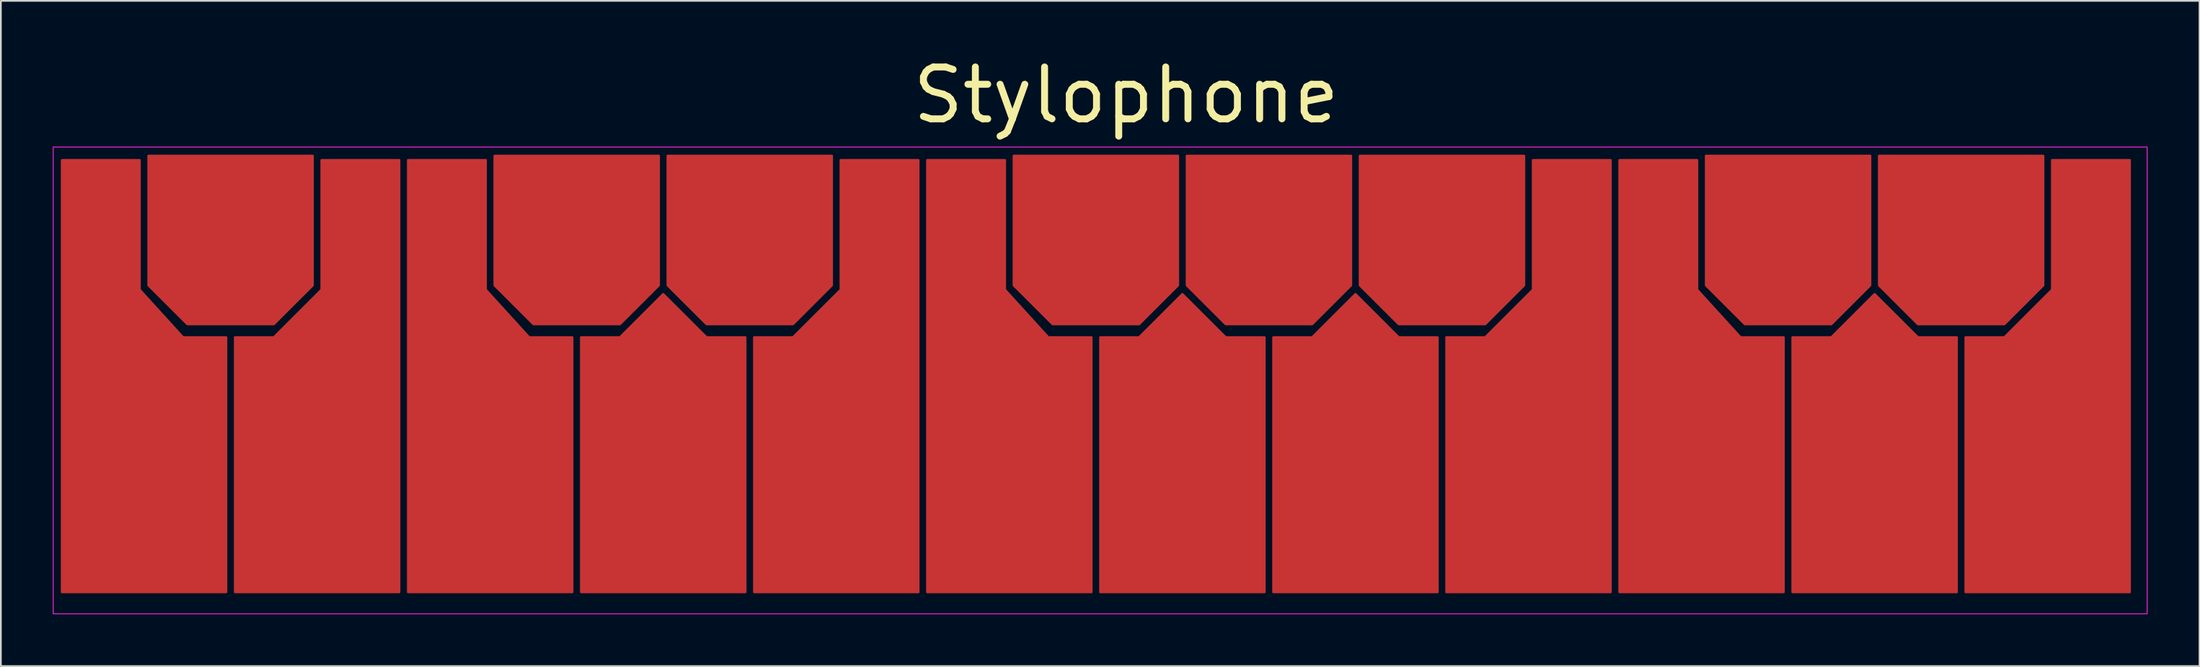
<source format=kicad_pcb>
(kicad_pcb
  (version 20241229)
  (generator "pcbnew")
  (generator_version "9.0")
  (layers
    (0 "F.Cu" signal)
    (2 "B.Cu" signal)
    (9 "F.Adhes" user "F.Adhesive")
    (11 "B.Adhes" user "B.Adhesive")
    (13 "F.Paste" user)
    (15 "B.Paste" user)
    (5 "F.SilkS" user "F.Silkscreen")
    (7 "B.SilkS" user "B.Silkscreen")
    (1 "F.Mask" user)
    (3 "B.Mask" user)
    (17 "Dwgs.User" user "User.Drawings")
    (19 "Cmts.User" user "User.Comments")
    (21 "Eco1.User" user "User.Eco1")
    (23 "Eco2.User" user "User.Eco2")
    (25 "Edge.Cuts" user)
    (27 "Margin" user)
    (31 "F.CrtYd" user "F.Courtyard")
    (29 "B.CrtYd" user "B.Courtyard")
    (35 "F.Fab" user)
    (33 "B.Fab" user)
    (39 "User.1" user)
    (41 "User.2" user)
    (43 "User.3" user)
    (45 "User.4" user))
  (footprint "Stylophone"
    (layer "F.Cu")
    (at 0.275 8.457)
    (property "Reference" "Stylophone" (at 61.75 -6 0) (unlocked yes) (layer "F.SilkS") (effects (font (size 3 3) (thickness 0.4))))
    (attr smd)
    (fp_rect (start -0.25 -3) (end 120.75 24) (stroke (width 0.05) (type solid)) (fill no) (layer "F.CrtYd"))
    (fp_line (start 0 -2.5) (end 0 22.5) (stroke (width 0.25) (type solid)) (layer "User.1"))
    (fp_line (start 0 -2.5) (end 120 -2.5) (stroke (width 0.25) (type solid)) (layer "User.1"))
    (fp_line (start 0 22.5) (end 10 22.5) (stroke (width 0.25) (type solid)) (layer "User.1"))
    (fp_line (start 0 22.5) (end 120 22.5) (stroke (width 0.25) (type solid)) (layer "User.1"))
    (fp_line (start 5 -2.5) (end 5 7.5) (stroke (width 0.25) (type solid)) (layer "User.1"))
    (fp_line (start 5 5) (end 7.5 7.5) (stroke (width 0.25) (type solid)) (layer "User.1"))
    (fp_line (start 5 7.5) (end 5 5) (stroke (width 0.25) (type solid)) (layer "User.1"))
    (fp_line (start 5 7.5) (end 15 7.5) (stroke (width 0.25) (type solid)) (layer "User.1"))
    (fp_line (start 10 -2.5) (end 5 -2.5) (stroke (width 0.25) (type solid)) (layer "User.1"))
    (fp_line (start 10 -2.5) (end 5 -2.5) (stroke (width 0.25) (type solid)) (layer "User.1"))
    (fp_line (start 10 -2.5) (end 20 -2.5) (stroke (width 0.25) (type solid)) (layer "User.1"))
    (fp_line (start 10 22.5) (end 10 -2.5) (stroke (width 0.25) (type solid)) (layer "User.1"))
    (fp_line (start 15 5) (end 12.5 7.5) (stroke (width 0.25) (type solid)) (layer "User.1"))
    (fp_line (start 15 7.5) (end 15 -2.5) (stroke (width 0.25) (type solid)) (layer "User.1"))
    (fp_line (start 20 -2.5) (end 20 22.5) (stroke (width 0.25) (type solid)) (layer "User.1"))
    (fp_line (start 20 22.5) (end 30 22.5) (stroke (width 0.25) (type solid)) (layer "User.1"))
    (fp_line (start 25 -2.5) (end 25 7.5) (stroke (width 0.25) (type solid)) (layer "User.1"))
    (fp_line (start 25 5) (end 27.5 7.5) (stroke (width 0.25) (type solid)) (layer "User.1"))
    (fp_line (start 25 7.5) (end 25 5) (stroke (width 0.25) (type solid)) (layer "User.1"))
    (fp_line (start 25 7.5) (end 35 7.5) (stroke (width 0.25) (type solid)) (layer "User.1"))
    (fp_line (start 30 -2.5) (end 40 -2.5) (stroke (width 0.25) (type solid)) (layer "User.1"))
    (fp_line (start 30 22.5) (end 30 -2.5) (stroke (width 0.25) (type solid)) (layer "User.1"))
    (fp_line (start 30 22.5) (end 30 -2.5) (stroke (width 0.25) (type solid)) (layer "User.1"))
    (fp_line (start 35 -2.5) (end 35 7.5) (stroke (width 0.25) (type solid)) (layer "User.1"))
    (fp_line (start 35 5) (end 32.5 7.5) (stroke (width 0.25) (type solid)) (layer "User.1"))
    (fp_line (start 35 5) (end 37.5 7.5) (stroke (width 0.25) (type solid)) (layer "User.1"))
    (fp_line (start 35 7.5) (end 35 -2.5) (stroke (width 0.25) (type solid)) (layer "User.1"))
    (fp_line (start 35 7.5) (end 35 5) (stroke (width 0.25) (type solid)) (layer "User.1"))
    (fp_line (start 35 7.5) (end 45 7.5) (stroke (width 0.25) (type solid)) (layer "User.1"))
    (fp_line (start 40 -2.5) (end 40 22.5) (stroke (width 0.25) (type solid)) (layer "User.1"))
    (fp_line (start 40 22.5) (end 40 -2.5) (stroke (width 0.25) (type solid)) (layer "User.1"))
    (fp_line (start 40 22.5) (end 50 22.5) (stroke (width 0.25) (type solid)) (layer "User.1"))
    (fp_line (start 45 5) (end 42.5 7.5) (stroke (width 0.25) (type solid)) (layer "User.1"))
    (fp_line (start 45 7.5) (end 45 -2.5) (stroke (width 0.25) (type solid)) (layer "User.1"))
    (fp_line (start 50 -2.5) (end 60 -2.5) (stroke (width 0.25) (type solid)) (layer "User.1"))
    (fp_line (start 50 22.5) (end 50 -2.5) (stroke (width 0.25) (type solid)) (layer "User.1"))
    (fp_line (start 55 -2.5) (end 55 7.5) (stroke (width 0.25) (type solid)) (layer "User.1"))
    (fp_line (start 55 5) (end 57.5 7.5) (stroke (width 0.25) (type solid)) (layer "User.1"))
    (fp_line (start 55 7.5) (end 55 5) (stroke (width 0.25) (type solid)) (layer "User.1"))
    (fp_line (start 55 7.5) (end 65 7.5) (stroke (width 0.25) (type solid)) (layer "User.1"))
    (fp_line (start 60 -2.5) (end 60 22.5) (stroke (width 0.25) (type solid)) (layer "User.1"))
    (fp_line (start 60 22.5) (end 60 -2.5) (stroke (width 0.25) (type solid)) (layer "User.1"))
    (fp_line (start 60 22.5) (end 70 22.5) (stroke (width 0.25) (type solid)) (layer "User.1"))
    (fp_line (start 65 -2) (end 65 8) (stroke (width 0.25) (type solid)) (layer "User.1"))
    (fp_line (start 65 5) (end 62.5 7.5) (stroke (width 0.25) (type solid)) (layer "User.1"))
    (fp_line (start 65 5.5) (end 67.5 8) (stroke (width 0.25) (type solid)) (layer "User.1"))
    (fp_line (start 65 7.5) (end 65 -2.5) (stroke (width 0.25) (type solid)) (layer "User.1"))
    (fp_line (start 65 8) (end 65 5.5) (stroke (width 0.25) (type solid)) (layer "User.1"))
    (fp_line (start 65 8) (end 75 8) (stroke (width 0.25) (type solid)) (layer "User.1"))
    (fp_line (start 70 -2.5) (end 80 -2.5) (stroke (width 0.25) (type solid)) (layer "User.1"))
    (fp_line (start 70 22.5) (end 70 -2.5) (stroke (width 0.25) (type solid)) (layer "User.1"))
    (fp_line (start 70 23) (end 70 -2) (stroke (width 0.25) (type solid)) (layer "User.1"))
    (fp_line (start 75 -2.5) (end 75 7.5) (stroke (width 0.25) (type solid)) (layer "User.1"))
    (fp_line (start 75 5) (end 77.5 7.5) (stroke (width 0.25) (type solid)) (layer "User.1"))
    (fp_line (start 75 5.5) (end 72.5 8) (stroke (width 0.25) (type solid)) (layer "User.1"))
    (fp_line (start 75 7.5) (end 75 5) (stroke (width 0.25) (type solid)) (layer "User.1"))
    (fp_line (start 75 7.5) (end 85 7.5) (stroke (width 0.25) (type solid)) (layer "User.1"))
    (fp_line (start 75 8) (end 75 -2) (stroke (width 0.25) (type solid)) (layer "User.1"))
    (fp_line (start 80 -2.5) (end 80 22.5) (stroke (width 0.25) (type solid)) (layer "User.1"))
    (fp_line (start 80 22.5) (end 80 -2.5) (stroke (width 0.25) (type solid)) (layer "User.1"))
    (fp_line (start 80 22.5) (end 90 22.5) (stroke (width 0.25) (type solid)) (layer "User.1"))
    (fp_line (start 85 5) (end 82.5 7.5) (stroke (width 0.25) (type solid)) (layer "User.1"))
    (fp_line (start 85 7.5) (end 85 -2.5) (stroke (width 0.25) (type solid)) (layer "User.1"))
    (fp_line (start 90 -2.5) (end 100 -2.5) (stroke (width 0.25) (type solid)) (layer "User.1"))
    (fp_line (start 90 22.5) (end 90 -2.5) (stroke (width 0.25) (type solid)) (layer "User.1"))
    (fp_line (start 95 -2.5) (end 95 7.5) (stroke (width 0.25) (type solid)) (layer "User.1"))
    (fp_line (start 95 5) (end 97.5 7.5) (stroke (width 0.25) (type solid)) (layer "User.1"))
    (fp_line (start 95 7.5) (end 95 5) (stroke (width 0.25) (type solid)) (layer "User.1"))
    (fp_line (start 95 7.5) (end 105 7.5) (stroke (width 0.25) (type solid)) (layer "User.1"))
    (fp_line (start 100 -2.5) (end 100 22.5) (stroke (width 0.25) (type solid)) (layer "User.1"))
    (fp_line (start 100 22.5) (end 100 -2.5) (stroke (width 0.25) (type solid)) (layer "User.1"))
    (fp_line (start 100 22.5) (end 110 22.5) (stroke (width 0.25) (type solid)) (layer "User.1"))
    (fp_line (start 105 -2.5) (end 105 7.5) (stroke (width 0.25) (type solid)) (layer "User.1"))
    (fp_line (start 105 5) (end 102.5 7.5) (stroke (width 0.25) (type solid)) (layer "User.1"))
    (fp_line (start 105 5) (end 107.5 7.5) (stroke (width 0.25) (type solid)) (layer "User.1"))
    (fp_line (start 105 7.5) (end 105 -2.5) (stroke (width 0.25) (type solid)) (layer "User.1"))
    (fp_line (start 105 7.5) (end 105 5) (stroke (width 0.25) (type solid)) (layer "User.1"))
    (fp_line (start 105 7.5) (end 115 7.5) (stroke (width 0.25) (type solid)) (layer "User.1"))
    (fp_line (start 110 22.5) (end 110 -2.5) (stroke (width 0.25) (type solid)) (layer "User.1"))
    (fp_line (start 110 22.5) (end 110 -2.5) (stroke (width 0.25) (type solid)) (layer "User.1"))
    (fp_line (start 115 5) (end 112.5 7.5) (stroke (width 0.25) (type solid)) (layer "User.1"))
    (fp_line (start 115 7.5) (end 115 -2.5) (stroke (width 0.25) (type solid)) (layer "User.1"))
    (fp_line (start 120 22.5) (end 120 -2.5) (stroke (width 0.25) (type solid)) (layer "User.1"))
    (pad "1" smd custom (at 2.5 -0.75) (size 1.524 1.524) (layers "F.Cu" "F.Mask" "F.Paste") (options (anchor circle)) (primitives (gr_poly (pts (xy 2.25 6.25) (xy 0.5 6.5) (xy 0.25 0.5) (xy 2.25 0.25)) (width 0.12) (fill yes)) (gr_poly (pts (xy -1.143 -0.381) (xy -1.127 -0.49) (xy -1.072 -0.602) (xy -0.984 -0.691) (xy -0.871 -0.746) (xy -0.762 -0.762) (xy 0.762 -0.762) (xy 0.871 -0.746) (xy 0.983 -0.691) (xy 1.072 -0.603) (xy 1.127 -0.49) (xy 1.143 -0.381) (xy 1.143 0.381) (xy 1.127 0.49) (xy 1.072 0.602) (xy 0.984 0.691) (xy 0.871 0.746) (xy 0.762 0.762) (xy -0.762 0.762) (xy -0.871 0.746) (xy -0.983 0.691) (xy -1.072 0.603) (xy -1.127 0.49) (xy -1.143 0.381)) (width 0) (fill yes)) (gr_poly (pts (xy 2.25 0.5) (xy -2.25 0.5) (xy -2.25 -1.5) (xy 2.25 -1.5)) (width 0.12) (fill yes)) (gr_poly (pts (xy 0.5 6) (xy 2.25 6) (xy 4.75 8.75) (xy 7.25 8.75) (xy 7.25 23.5) (xy -2.25 23.5) (xy -2.25 0.25) (xy 0.5 0.25)) (width 0.12) (fill yes))))
    (pad "2" smd custom (at 10 -1) (size 1.524 1.524) (layers "F.Cu" "F.Mask" "F.Paste") (options (anchor circle)) (primitives (gr_poly (pts (xy 4.75 0.5) (xy 4.75 6) (xy 2.5 8.25) (xy 0 8.25) (xy 0 0)) (width 0.12) (fill yes)) (gr_poly (pts (xy -1.143 -0.381) (xy -1.127 -0.49) (xy -1.072 -0.602) (xy -0.984 -0.691) (xy -0.871 -0.746) (xy -0.762 -0.762) (xy 0.762 -0.762) (xy 0.871 -0.746) (xy 0.983 -0.691) (xy 1.072 -0.603) (xy 1.127 -0.49) (xy 1.143 -0.381) (xy 1.143 0.381) (xy 1.127 0.49) (xy 1.072 0.602) (xy 0.984 0.691) (xy 0.871 0.746) (xy 0.762 0.762) (xy -0.762 0.762) (xy -0.871 0.746) (xy -0.983 0.691) (xy -1.072 0.603) (xy -1.127 0.49) (xy -1.143 0.381)) (width 0) (fill yes)) (gr_poly (pts (xy 4.75 0.5) (xy -4.75 0.5) (xy -4.75 -1.5) (xy 4.75 -1.5)) (width 0.12) (fill yes)) (gr_poly (pts (xy 0.25 8.25) (xy -2.5 8.25) (xy -4.75 6) (xy -4.75 0) (xy 0 0)) (width 0.12) (fill yes))))
    (pad "3" smd custom (at 17.5 -0.75) (size 1.524 1.524) (layers "F.Cu" "F.Mask" "F.Paste") (options (anchor circle)) (primitives (gr_poly (pts (xy 2.25 4.5) (xy 0 4.5) (xy 0.5 1) (xy 0.762 0) (xy 2.25 0)) (width 0.12) (fill yes)) (gr_poly (pts (xy -1.143 -0.381) (xy -1.127 -0.49) (xy -1.072 -0.602) (xy -0.984 -0.691) (xy -0.871 -0.746) (xy -0.762 -0.762) (xy 0.762 -0.762) (xy 0.871 -0.746) (xy 0.983 -0.691) (xy 1.072 -0.603) (xy 1.127 -0.49) (xy 1.143 -0.381) (xy 1.143 0.381) (xy 1.127 0.49) (xy 1.072 0.602) (xy 0.984 0.691) (xy 0.871 0.746) (xy 0.762 0.762) (xy -0.762 0.762) (xy -0.871 0.746) (xy -0.983 0.691) (xy -1.072 0.603) (xy -1.127 0.49) (xy -1.143 0.381)) (width 0) (fill yes)) (gr_poly (pts (xy 2.25 0.5) (xy -2.25 0.5) (xy -2.25 -1.5) (xy 2.25 -1.5)) (width 0.12) (fill yes)) (gr_poly (pts (xy 0.75 4) (xy 2.25 4) (xy 2.25 23.5) (xy -7.25 23.5) (xy -7.25 8.75) (xy -5 8.75) (xy -2.25 6) (xy -2.25 0) (xy 0.762 0)) (width 0.12) (fill yes))))
    (pad "4" smd custom (at 22.5 -0.75) (size 1.524 1.524) (layers "F.Cu" "F.Mask" "F.Paste") (options (anchor circle)) (primitives (gr_poly (pts (xy 2.25 6.25) (xy 0.5 6.5) (xy 0.25 0.5) (xy 2.25 0.25)) (width 0.12) (fill yes)) (gr_poly (pts (xy -1.143 -0.381) (xy -1.127 -0.49) (xy -1.072 -0.602) (xy -0.984 -0.691) (xy -0.871 -0.746) (xy -0.762 -0.762) (xy 0.762 -0.762) (xy 0.871 -0.746) (xy 0.983 -0.691) (xy 1.072 -0.603) (xy 1.127 -0.49) (xy 1.143 -0.381) (xy 1.143 0.381) (xy 1.127 0.49) (xy 1.072 0.602) (xy 0.984 0.691) (xy 0.871 0.746) (xy 0.762 0.762) (xy -0.762 0.762) (xy -0.871 0.746) (xy -0.983 0.691) (xy -1.072 0.603) (xy -1.127 0.49) (xy -1.143 0.381)) (width 0) (fill yes)) (gr_poly (pts (xy 2.25 0.5) (xy -2.25 0.5) (xy -2.25 -1.5) (xy 2.25 -1.5)) (width 0.12) (fill yes)) (gr_poly (pts (xy 0.5 6) (xy 2.25 6) (xy 4.75 8.75) (xy 7.25 8.75) (xy 7.25 23.5) (xy -2.25 23.5) (xy -2.25 0.25) (xy 0.5 0.25)) (width 0.12) (fill yes))))
    (pad "5" smd custom (at 30 -1) (size 1.524 1.524) (layers "F.Cu" "F.Mask" "F.Paste") (options (anchor circle)) (primitives (gr_poly (pts (xy 4.75 0.5) (xy 4.75 6) (xy 2.5 8.25) (xy 0 8.25) (xy 0 0)) (width 0.12) (fill yes)) (gr_poly (pts (xy -1.143 -0.381) (xy -1.127 -0.49) (xy -1.072 -0.602) (xy -0.984 -0.691) (xy -0.871 -0.746) (xy -0.762 -0.762) (xy 0.762 -0.762) (xy 0.871 -0.746) (xy 0.983 -0.691) (xy 1.072 -0.603) (xy 1.127 -0.49) (xy 1.143 -0.381) (xy 1.143 0.381) (xy 1.127 0.49) (xy 1.072 0.602) (xy 0.984 0.691) (xy 0.871 0.746) (xy 0.762 0.762) (xy -0.762 0.762) (xy -0.871 0.746) (xy -0.983 0.691) (xy -1.072 0.603) (xy -1.127 0.49) (xy -1.143 0.381)) (width 0) (fill yes)) (gr_poly (pts (xy 4.75 0.5) (xy -4.75 0.5) (xy -4.75 -1.5) (xy 4.75 -1.5)) (width 0.12) (fill yes)) (gr_poly (pts (xy 0.25 8.25) (xy -2.5 8.25) (xy -4.75 6) (xy -4.75 0) (xy 0 0)) (width 0.12) (fill yes))))
    (pad "6" smd custom (at 35 20.25) (size 1.524 1.524) (layers "F.Cu" "F.Mask" "F.Paste") (options (anchor circle)) (primitives (gr_poly (pts (xy 4.75 0.25) (xy 0.75 0.5) (xy 0.25 -2.5) (xy 4.75 -2.5)) (width 0.12) (fill yes)) (gr_poly (pts (xy -1.143 -0.381) (xy -1.127 -0.49) (xy -1.072 -0.602) (xy -0.984 -0.691) (xy -0.871 -0.746) (xy -0.762 -0.762) (xy 0.762 -0.762) (xy 0.871 -0.746) (xy 0.983 -0.691) (xy 1.072 -0.603) (xy 1.127 -0.49) (xy 1.143 -0.381) (xy 1.143 0.381) (xy 1.127 0.49) (xy 1.072 0.602) (xy 0.984 0.691) (xy 0.871 0.746) (xy 0.762 0.762) (xy -0.762 0.762) (xy -0.871 0.746) (xy -0.983 0.691) (xy -1.072 0.603) (xy -1.127 0.49) (xy -1.143 0.381)) (width 0) (fill yes)) (gr_poly (pts (xy 4.75 2.5) (xy -4.75 2.5) (xy -4.75 -0.25) (xy 4.75 -0.25)) (width 0.12) (fill yes)) (gr_poly (pts (xy 2.5 -12.25) (xy 4.75 -12.25) (xy 4.75 -2) (xy 0.75 -1.75) (xy 0.762 0) (xy -4.75 0) (xy -4.75 -12.25) (xy -2.5 -12.25) (xy 0 -14.75)) (width 0.12) (fill yes))))
    (pad "7" smd custom (at 40 -1) (size 1.524 1.524) (layers "F.Cu" "F.Mask" "F.Paste") (options (anchor circle)) (primitives (gr_poly (pts (xy 4.75 0.5) (xy 4.75 6) (xy 2.5 8.25) (xy 0 8.25) (xy 0 0)) (width 0.12) (fill yes)) (gr_poly (pts (xy -1.143 -0.381) (xy -1.127 -0.49) (xy -1.072 -0.602) (xy -0.984 -0.691) (xy -0.871 -0.746) (xy -0.762 -0.762) (xy 0.762 -0.762) (xy 0.871 -0.746) (xy 0.983 -0.691) (xy 1.072 -0.603) (xy 1.127 -0.49) (xy 1.143 -0.381) (xy 1.143 0.381) (xy 1.127 0.49) (xy 1.072 0.602) (xy 0.984 0.691) (xy 0.871 0.746) (xy 0.762 0.762) (xy -0.762 0.762) (xy -0.871 0.746) (xy -0.983 0.691) (xy -1.072 0.603) (xy -1.127 0.49) (xy -1.143 0.381)) (width 0) (fill yes)) (gr_poly (pts (xy 4.75 0.5) (xy -4.75 0.5) (xy -4.75 -1.5) (xy 4.75 -1.5)) (width 0.12) (fill yes)) (gr_poly (pts (xy 0.25 8.25) (xy -2.5 8.25) (xy -4.75 6) (xy -4.75 0) (xy 0 0)) (width 0.12) (fill yes))))
    (pad "8" smd custom (at 47.5 -0.75) (size 1.524 1.524) (layers "F.Cu" "F.Mask" "F.Paste") (options (anchor circle)) (primitives (gr_poly (pts (xy 2.25 4.5) (xy 0 4.5) (xy 0.5 1) (xy 0.762 0) (xy 2.25 0)) (width 0.12) (fill yes)) (gr_poly (pts (xy -1.143 -0.381) (xy -1.127 -0.49) (xy -1.072 -0.602) (xy -0.984 -0.691) (xy -0.871 -0.746) (xy -0.762 -0.762) (xy 0.762 -0.762) (xy 0.871 -0.746) (xy 0.983 -0.691) (xy 1.072 -0.603) (xy 1.127 -0.49) (xy 1.143 -0.381) (xy 1.143 0.381) (xy 1.127 0.49) (xy 1.072 0.602) (xy 0.984 0.691) (xy 0.871 0.746) (xy 0.762 0.762) (xy -0.762 0.762) (xy -0.871 0.746) (xy -0.983 0.691) (xy -1.072 0.603) (xy -1.127 0.49) (xy -1.143 0.381)) (width 0) (fill yes)) (gr_poly (pts (xy 2.25 0.5) (xy -2.25 0.5) (xy -2.25 -1.5) (xy 2.25 -1.5)) (width 0.12) (fill yes)) (gr_poly (pts (xy 0.75 4) (xy 2.25 4) (xy 2.25 23.5) (xy -7.25 23.5) (xy -7.25 8.75) (xy -5 8.75) (xy -2.25 6) (xy -2.25 0) (xy 0.762 0)) (width 0.12) (fill yes))))
    (pad "9" smd custom (at 52.5 -0.75) (size 1.524 1.524) (layers "F.Cu" "F.Mask" "F.Paste") (options (anchor circle)) (primitives (gr_poly (pts (xy 2.25 6.25) (xy 0.5 6.5) (xy 0.25 0.5) (xy 2.25 0.25)) (width 0.12) (fill yes)) (gr_poly (pts (xy -1.143 -0.381) (xy -1.127 -0.49) (xy -1.072 -0.602) (xy -0.984 -0.691) (xy -0.871 -0.746) (xy -0.762 -0.762) (xy 0.762 -0.762) (xy 0.871 -0.746) (xy 0.983 -0.691) (xy 1.072 -0.603) (xy 1.127 -0.49) (xy 1.143 -0.381) (xy 1.143 0.381) (xy 1.127 0.49) (xy 1.072 0.602) (xy 0.984 0.691) (xy 0.871 0.746) (xy 0.762 0.762) (xy -0.762 0.762) (xy -0.871 0.746) (xy -0.983 0.691) (xy -1.072 0.603) (xy -1.127 0.49) (xy -1.143 0.381)) (width 0) (fill yes)) (gr_poly (pts (xy 2.25 0.5) (xy -2.25 0.5) (xy -2.25 -1.5) (xy 2.25 -1.5)) (width 0.12) (fill yes)) (gr_poly (pts (xy 0.5 6) (xy 2.25 6) (xy 4.75 8.75) (xy 7.25 8.75) (xy 7.25 23.5) (xy -2.25 23.5) (xy -2.25 0.25) (xy 0.5 0.25)) (width 0.12) (fill yes))))
    (pad "10" smd custom (at 60 -1) (size 1.524 1.524) (layers "F.Cu" "F.Mask" "F.Paste") (options (anchor circle)) (primitives (gr_poly (pts (xy 4.75 0.5) (xy 4.75 6) (xy 2.5 8.25) (xy 0 8.25) (xy 0 0)) (width 0.12) (fill yes)) (gr_poly (pts (xy -1.143 -0.381) (xy -1.127 -0.49) (xy -1.072 -0.602) (xy -0.984 -0.691) (xy -0.871 -0.746) (xy -0.762 -0.762) (xy 0.762 -0.762) (xy 0.871 -0.746) (xy 0.983 -0.691) (xy 1.072 -0.603) (xy 1.127 -0.49) (xy 1.143 -0.381) (xy 1.143 0.381) (xy 1.127 0.49) (xy 1.072 0.602) (xy 0.984 0.691) (xy 0.871 0.746) (xy 0.762 0.762) (xy -0.762 0.762) (xy -0.871 0.746) (xy -0.983 0.691) (xy -1.072 0.603) (xy -1.127 0.49) (xy -1.143 0.381)) (width 0) (fill yes)) (gr_poly (pts (xy 4.75 0.5) (xy -4.75 0.5) (xy -4.75 -1.5) (xy 4.75 -1.5)) (width 0.12) (fill yes)) (gr_poly (pts (xy 0.25 8.25) (xy -2.5 8.25) (xy -4.75 6) (xy -4.75 0) (xy 0 0)) (width 0.12) (fill yes))))
    (pad "11" smd custom (at 65 20.25) (size 1.524 1.524) (layers "F.Cu" "F.Mask" "F.Paste") (options (anchor circle)) (primitives (gr_poly (pts (xy 4.75 0.25) (xy 0.75 0.5) (xy 0.25 -2.5) (xy 4.75 -2.5)) (width 0.12) (fill yes)) (gr_poly (pts (xy -1.143 -0.381) (xy -1.127 -0.49) (xy -1.072 -0.602) (xy -0.984 -0.691) (xy -0.871 -0.746) (xy -0.762 -0.762) (xy 0.762 -0.762) (xy 0.871 -0.746) (xy 0.983 -0.691) (xy 1.072 -0.603) (xy 1.127 -0.49) (xy 1.143 -0.381) (xy 1.143 0.381) (xy 1.127 0.49) (xy 1.072 0.602) (xy 0.984 0.691) (xy 0.871 0.746) (xy 0.762 0.762) (xy -0.762 0.762) (xy -0.871 0.746) (xy -0.983 0.691) (xy -1.072 0.603) (xy -1.127 0.49) (xy -1.143 0.381)) (width 0) (fill yes)) (gr_poly (pts (xy 4.75 2.5) (xy -4.75 2.5) (xy -4.75 -0.25) (xy 4.75 -0.25)) (width 0.12) (fill yes)) (gr_poly (pts (xy 2.5 -12.25) (xy 4.75 -12.25) (xy 4.75 -2) (xy 0.75 -1.75) (xy 0.762 0) (xy -4.75 0) (xy -4.75 -12.25) (xy -2.5 -12.25) (xy 0 -14.75)) (width 0.12) (fill yes))))
    (pad "12" smd custom (at 70 -1) (size 1.524 1.524) (layers "F.Cu" "F.Mask" "F.Paste") (options (anchor circle)) (primitives (gr_poly (pts (xy 4.75 0.5) (xy 4.75 6) (xy 2.5 8.25) (xy 0 8.25) (xy 0 0)) (width 0.12) (fill yes)) (gr_poly (pts (xy -1.143 -0.381) (xy -1.127 -0.49) (xy -1.072 -0.602) (xy -0.984 -0.691) (xy -0.871 -0.746) (xy -0.762 -0.762) (xy 0.762 -0.762) (xy 0.871 -0.746) (xy 0.983 -0.691) (xy 1.072 -0.603) (xy 1.127 -0.49) (xy 1.143 -0.381) (xy 1.143 0.381) (xy 1.127 0.49) (xy 1.072 0.602) (xy 0.984 0.691) (xy 0.871 0.746) (xy 0.762 0.762) (xy -0.762 0.762) (xy -0.871 0.746) (xy -0.983 0.691) (xy -1.072 0.603) (xy -1.127 0.49) (xy -1.143 0.381)) (width 0) (fill yes)) (gr_poly (pts (xy 4.75 0.5) (xy -4.75 0.5) (xy -4.75 -1.5) (xy 4.75 -1.5)) (width 0.12) (fill yes)) (gr_poly (pts (xy 0.25 8.25) (xy -2.5 8.25) (xy -4.75 6) (xy -4.75 0) (xy 0 0)) (width 0.12) (fill yes))))
    (pad "13" smd custom (at 75 20.25) (size 1.524 1.524) (layers "F.Cu" "F.Mask" "F.Paste") (options (anchor circle)) (primitives (gr_poly (pts (xy 4.75 0.25) (xy 0.75 0.5) (xy 0.25 -2.5) (xy 4.75 -2.5)) (width 0.12) (fill yes)) (gr_poly (pts (xy -1.143 -0.381) (xy -1.127 -0.49) (xy -1.072 -0.602) (xy -0.984 -0.691) (xy -0.871 -0.746) (xy -0.762 -0.762) (xy 0.762 -0.762) (xy 0.871 -0.746) (xy 0.983 -0.691) (xy 1.072 -0.603) (xy 1.127 -0.49) (xy 1.143 -0.381) (xy 1.143 0.381) (xy 1.127 0.49) (xy 1.072 0.602) (xy 0.984 0.691) (xy 0.871 0.746) (xy 0.762 0.762) (xy -0.762 0.762) (xy -0.871 0.746) (xy -0.983 0.691) (xy -1.072 0.603) (xy -1.127 0.49) (xy -1.143 0.381)) (width 0) (fill yes)) (gr_poly (pts (xy 4.75 2.5) (xy -4.75 2.5) (xy -4.75 -0.25) (xy 4.75 -0.25)) (width 0.12) (fill yes)) (gr_poly (pts (xy 2.5 -12.25) (xy 4.75 -12.25) (xy 4.75 -2) (xy 0.75 -1.75) (xy 0.762 0) (xy -4.75 0) (xy -4.75 -12.25) (xy -2.5 -12.25) (xy 0 -14.75)) (width 0.12) (fill yes))))
    (pad "14" smd custom (at 80 -1) (size 1.524 1.524) (layers "F.Cu" "F.Mask" "F.Paste") (options (anchor circle)) (primitives (gr_poly (pts (xy 4.75 0.5) (xy 4.75 6) (xy 2.5 8.25) (xy 0 8.25) (xy 0 0)) (width 0.12) (fill yes)) (gr_poly (pts (xy -1.143 -0.381) (xy -1.127 -0.49) (xy -1.072 -0.602) (xy -0.984 -0.691) (xy -0.871 -0.746) (xy -0.762 -0.762) (xy 0.762 -0.762) (xy 0.871 -0.746) (xy 0.983 -0.691) (xy 1.072 -0.603) (xy 1.127 -0.49) (xy 1.143 -0.381) (xy 1.143 0.381) (xy 1.127 0.49) (xy 1.072 0.602) (xy 0.984 0.691) (xy 0.871 0.746) (xy 0.762 0.762) (xy -0.762 0.762) (xy -0.871 0.746) (xy -0.983 0.691) (xy -1.072 0.603) (xy -1.127 0.49) (xy -1.143 0.381)) (width 0) (fill yes)) (gr_poly (pts (xy 4.75 0.5) (xy -4.75 0.5) (xy -4.75 -1.5) (xy 4.75 -1.5)) (width 0.12) (fill yes)) (gr_poly (pts (xy 0.25 8.25) (xy -2.5 8.25) (xy -4.75 6) (xy -4.75 0) (xy 0 0)) (width 0.12) (fill yes))))
    (pad "15" smd custom (at 87.5 -0.75) (size 1.524 1.524) (layers "F.Cu" "F.Mask" "F.Paste") (options (anchor circle)) (primitives (gr_poly (pts (xy 2.25 4.5) (xy 0 4.5) (xy 0.5 1) (xy 0.762 0) (xy 2.25 0)) (width 0.12) (fill yes)) (gr_poly (pts (xy -1.143 -0.381) (xy -1.127 -0.49) (xy -1.072 -0.602) (xy -0.984 -0.691) (xy -0.871 -0.746) (xy -0.762 -0.762) (xy 0.762 -0.762) (xy 0.871 -0.746) (xy 0.983 -0.691) (xy 1.072 -0.603) (xy 1.127 -0.49) (xy 1.143 -0.381) (xy 1.143 0.381) (xy 1.127 0.49) (xy 1.072 0.602) (xy 0.984 0.691) (xy 0.871 0.746) (xy 0.762 0.762) (xy -0.762 0.762) (xy -0.871 0.746) (xy -0.983 0.691) (xy -1.072 0.603) (xy -1.127 0.49) (xy -1.143 0.381)) (width 0) (fill yes)) (gr_poly (pts (xy 2.25 0.5) (xy -2.25 0.5) (xy -2.25 -1.5) (xy 2.25 -1.5)) (width 0.12) (fill yes)) (gr_poly (pts (xy 0.75 4) (xy 2.25 4) (xy 2.25 23.5) (xy -7.25 23.5) (xy -7.25 8.75) (xy -5 8.75) (xy -2.25 6) (xy -2.25 0) (xy 0.762 0)) (width 0.12) (fill yes))))
    (pad "16" smd custom (at 92.5 -0.75) (size 1.524 1.524) (layers "F.Cu" "F.Mask" "F.Paste") (options (anchor circle)) (primitives (gr_poly (pts (xy 2.25 6.25) (xy 0.5 6.5) (xy 0.25 0.5) (xy 2.25 0.25)) (width 0.12) (fill yes)) (gr_poly (pts (xy -1.143 -0.381) (xy -1.127 -0.49) (xy -1.072 -0.602) (xy -0.984 -0.691) (xy -0.871 -0.746) (xy -0.762 -0.762) (xy 0.762 -0.762) (xy 0.871 -0.746) (xy 0.983 -0.691) (xy 1.072 -0.603) (xy 1.127 -0.49) (xy 1.143 -0.381) (xy 1.143 0.381) (xy 1.127 0.49) (xy 1.072 0.602) (xy 0.984 0.691) (xy 0.871 0.746) (xy 0.762 0.762) (xy -0.762 0.762) (xy -0.871 0.746) (xy -0.983 0.691) (xy -1.072 0.603) (xy -1.127 0.49) (xy -1.143 0.381)) (width 0) (fill yes)) (gr_poly (pts (xy 2.25 0.5) (xy -2.25 0.5) (xy -2.25 -1.5) (xy 2.25 -1.5)) (width 0.12) (fill yes)) (gr_poly (pts (xy 0.5 6) (xy 2.25 6) (xy 4.75 8.75) (xy 7.25 8.75) (xy 7.25 23.5) (xy -2.25 23.5) (xy -2.25 0.25) (xy 0.5 0.25)) (width 0.12) (fill yes))))
    (pad "17" smd custom (at 100 -1) (size 1.524 1.524) (layers "F.Cu" "F.Mask" "F.Paste") (options (anchor circle)) (primitives (gr_poly (pts (xy 4.75 0.5) (xy 4.75 6) (xy 2.5 8.25) (xy 0 8.25) (xy 0 0)) (width 0.12) (fill yes)) (gr_poly (pts (xy -1.143 -0.381) (xy -1.127 -0.49) (xy -1.072 -0.602) (xy -0.984 -0.691) (xy -0.871 -0.746) (xy -0.762 -0.762) (xy 0.762 -0.762) (xy 0.871 -0.746) (xy 0.983 -0.691) (xy 1.072 -0.603) (xy 1.127 -0.49) (xy 1.143 -0.381) (xy 1.143 0.381) (xy 1.127 0.49) (xy 1.072 0.602) (xy 0.984 0.691) (xy 0.871 0.746) (xy 0.762 0.762) (xy -0.762 0.762) (xy -0.871 0.746) (xy -0.983 0.691) (xy -1.072 0.603) (xy -1.127 0.49) (xy -1.143 0.381)) (width 0) (fill yes)) (gr_poly (pts (xy 4.75 0.5) (xy -4.75 0.5) (xy -4.75 -1.5) (xy 4.75 -1.5)) (width 0.12) (fill yes)) (gr_poly (pts (xy 0.25 8.25) (xy -2.5 8.25) (xy -4.75 6) (xy -4.75 0) (xy 0 0)) (width 0.12) (fill yes))))
    (pad "18" smd custom (at 105 20.25) (size 1.524 1.524) (layers "F.Cu" "F.Mask" "F.Paste") (options (anchor circle)) (primitives (gr_poly (pts (xy 4.75 0.25) (xy 0.75 0.5) (xy 0.25 -2.5) (xy 4.75 -2.5)) (width 0.12) (fill yes)) (gr_poly (pts (xy -1.143 -0.381) (xy -1.127 -0.49) (xy -1.072 -0.602) (xy -0.984 -0.691) (xy -0.871 -0.746) (xy -0.762 -0.762) (xy 0.762 -0.762) (xy 0.871 -0.746) (xy 0.983 -0.691) (xy 1.072 -0.603) (xy 1.127 -0.49) (xy 1.143 -0.381) (xy 1.143 0.381) (xy 1.127 0.49) (xy 1.072 0.602) (xy 0.984 0.691) (xy 0.871 0.746) (xy 0.762 0.762) (xy -0.762 0.762) (xy -0.871 0.746) (xy -0.983 0.691) (xy -1.072 0.603) (xy -1.127 0.49) (xy -1.143 0.381)) (width 0) (fill yes)) (gr_poly (pts (xy 4.75 2.5) (xy -4.75 2.5) (xy -4.75 -0.25) (xy 4.75 -0.25)) (width 0.12) (fill yes)) (gr_poly (pts (xy 2.5 -12.25) (xy 4.75 -12.25) (xy 4.75 -2) (xy 0.75 -1.75) (xy 0.762 0) (xy -4.75 0) (xy -4.75 -12.25) (xy -2.5 -12.25) (xy 0 -14.75)) (width 0.12) (fill yes))))
    (pad "19" smd custom (at 110 -1) (size 1.524 1.524) (layers "F.Cu" "F.Mask" "F.Paste") (options (anchor circle)) (primitives (gr_poly (pts (xy 4.75 0.5) (xy 4.75 6) (xy 2.5 8.25) (xy 0 8.25) (xy 0 0)) (width 0.12) (fill yes)) (gr_poly (pts (xy -1.143 -0.381) (xy -1.127 -0.49) (xy -1.072 -0.602) (xy -0.984 -0.691) (xy -0.871 -0.746) (xy -0.762 -0.762) (xy 0.762 -0.762) (xy 0.871 -0.746) (xy 0.983 -0.691) (xy 1.072 -0.603) (xy 1.127 -0.49) (xy 1.143 -0.381) (xy 1.143 0.381) (xy 1.127 0.49) (xy 1.072 0.602) (xy 0.984 0.691) (xy 0.871 0.746) (xy 0.762 0.762) (xy -0.762 0.762) (xy -0.871 0.746) (xy -0.983 0.691) (xy -1.072 0.603) (xy -1.127 0.49) (xy -1.143 0.381)) (width 0) (fill yes)) (gr_poly (pts (xy 4.75 0.5) (xy -4.75 0.5) (xy -4.75 -1.5) (xy 4.75 -1.5)) (width 0.12) (fill yes)) (gr_poly (pts (xy 0.25 8.25) (xy -2.5 8.25) (xy -4.75 6) (xy -4.75 0) (xy 0 0)) (width 0.12) (fill yes))))
    (pad "20" smd custom (at 117.5 -0.75) (size 1.524 1.524) (layers "F.Cu" "F.Mask" "F.Paste") (options (anchor circle)) (primitives (gr_poly (pts (xy 2.25 4.5) (xy 0 4.5) (xy 0.5 1) (xy 0.762 0) (xy 2.25 0)) (width 0.12) (fill yes)) (gr_poly (pts (xy -1.143 -0.381) (xy -1.127 -0.49) (xy -1.072 -0.602) (xy -0.984 -0.691) (xy -0.871 -0.746) (xy -0.762 -0.762) (xy 0.762 -0.762) (xy 0.871 -0.746) (xy 0.983 -0.691) (xy 1.072 -0.603) (xy 1.127 -0.49) (xy 1.143 -0.381) (xy 1.143 0.381) (xy 1.127 0.49) (xy 1.072 0.602) (xy 0.984 0.691) (xy 0.871 0.746) (xy 0.762 0.762) (xy -0.762 0.762) (xy -0.871 0.746) (xy -0.983 0.691) (xy -1.072 0.603) (xy -1.127 0.49) (xy -1.143 0.381)) (width 0) (fill yes)) (gr_poly (pts (xy 2.25 0.5) (xy -2.25 0.5) (xy -2.25 -1.5) (xy 2.25 -1.5)) (width 0.12) (fill yes)) (gr_poly (pts (xy 0.75 4) (xy 2.25 4) (xy 2.25 23.5) (xy -7.25 23.5) (xy -7.25 8.75) (xy -5 8.75) (xy -2.25 6) (xy -2.25 0) (xy 0.762 0)) (width 0.12) (fill yes)))))
  (gr_rect
    (start -3 -3)
    (end 124.05 35.482)
    (stroke (width 0.1) (type default))
    (fill no)
    (layer "Edge.Cuts")))
</source>
